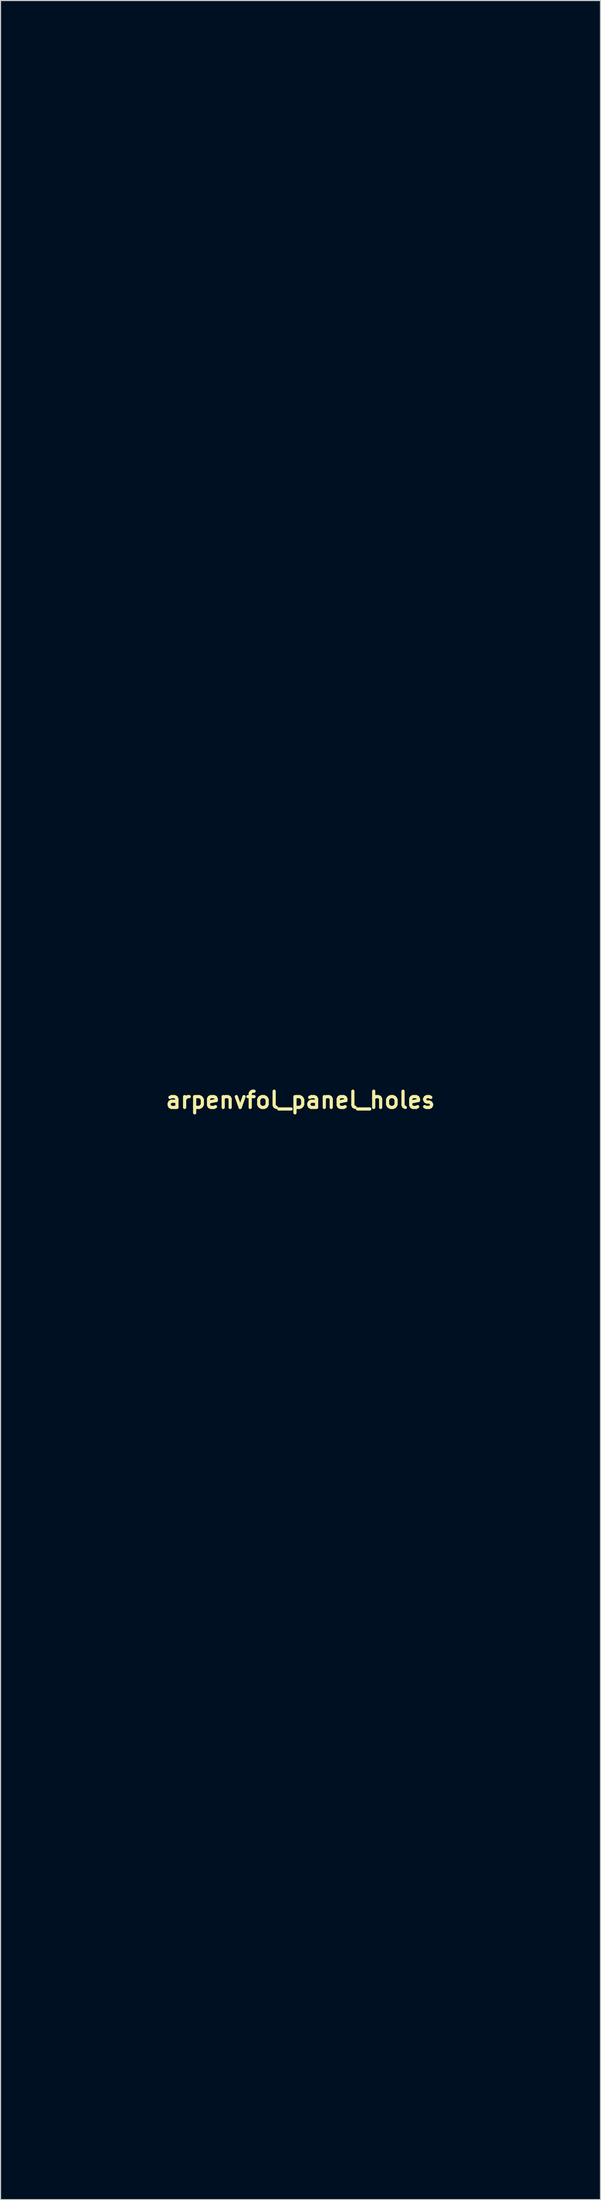
<source format=kicad_pcb>
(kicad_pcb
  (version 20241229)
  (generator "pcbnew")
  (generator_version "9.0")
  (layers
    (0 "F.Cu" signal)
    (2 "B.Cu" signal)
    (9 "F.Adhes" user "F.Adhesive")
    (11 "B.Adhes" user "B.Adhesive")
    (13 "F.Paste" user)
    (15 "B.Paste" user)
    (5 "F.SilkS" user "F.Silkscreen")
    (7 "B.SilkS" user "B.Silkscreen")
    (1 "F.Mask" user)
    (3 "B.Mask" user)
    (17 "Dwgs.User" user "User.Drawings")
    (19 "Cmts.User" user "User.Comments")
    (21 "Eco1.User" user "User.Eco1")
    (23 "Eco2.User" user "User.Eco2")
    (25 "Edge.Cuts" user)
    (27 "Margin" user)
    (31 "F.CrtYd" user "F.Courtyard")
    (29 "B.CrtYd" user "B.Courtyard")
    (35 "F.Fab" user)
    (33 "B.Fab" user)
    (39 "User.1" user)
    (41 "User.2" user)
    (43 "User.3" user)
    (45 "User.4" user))
  (footprint "arpenvfol_panel_holes"
    (layer "F.Cu")
    (at 25.196 100.277)
    (property "Reference" "arpenvfol_panel_holes" (at 0 0 0) (layer "F.SilkS") (effects (font (size 1.524 1.524) (thickness 0.3))))
    (attr board_only exclude_from_pos_files exclude_from_bom)
    (fp_poly (pts (xy 25.171 100.227) (xy -25.146 100.227) (xy -25.146 99.947) (xy -24.866 99.947) (xy 24.891 99.947) (xy 24.891 -99.947) (xy -24.866 -99.947) (xy -24.866 99.947) (xy -25.146 99.947) (xy -25.146 -100.227) (xy 25.171 -100.227)) (stroke (width 0.1) (type solid)) (fill no) (layer "Eco1.User"))
    (fp_poly (pts (xy -18.72 95.556) (xy -18.467 95.667) (xy -18.235 95.818) (xy -18.031 96.004) (xy -17.86 96.218) (xy -17.73 96.454) (xy -17.669 96.615) (xy -17.611 96.886) (xy -17.6 97.157) (xy -17.635 97.421) (xy -17.713 97.675) (xy -17.832 97.912) (xy -17.988 98.128) (xy -18.18 98.319) (xy -18.405 98.478) (xy -18.659 98.602) (xy -18.706 98.619) (xy -18.904 98.689) (xy -20.556 98.694) (xy -20.888 98.695) (xy -21.174 98.696) (xy -21.416 98.696) (xy -21.62 98.696) (xy -21.789 98.695) (xy -21.928 98.693) (xy -22.041 98.691) (xy -22.131 98.687) (xy -22.203 98.682) (xy -22.261 98.677) (xy -22.309 98.67) (xy -22.351 98.662) (xy -22.391 98.652) (xy -22.4 98.65) (xy -22.604 98.585) (xy -22.78 98.503) (xy -22.942 98.394) (xy -23.106 98.25) (xy -23.137 98.219) (xy -23.291 98.049) (xy -23.407 97.883) (xy -23.495 97.702) (xy -23.563 97.491) (xy -23.571 97.461) (xy -23.615 97.192) (xy -23.611 96.926) (xy -23.562 96.668) (xy -23.47 96.422) (xy -23.339 96.194) (xy -23.171 95.988) (xy -22.97 95.809) (xy -22.737 95.663) (xy -22.477 95.553) (xy -22.451 95.544) (xy -22.26 95.485) (xy -18.929 95.485)) (stroke (width 0.1) (type solid)) (fill no) (layer "Eco1.User"))
    (fp_poly (pts (xy 21.262 -98.689) (xy 21.517 -98.688) (xy 21.734 -98.687) (xy 21.916 -98.684) (xy 22.067 -98.68) (xy 22.193 -98.675) (xy 22.297 -98.667) (xy 22.382 -98.657) (xy 22.454 -98.644) (xy 22.516 -98.629) (xy 22.572 -98.61) (xy 22.627 -98.587) (xy 22.684 -98.561) (xy 22.748 -98.531) (xy 22.756 -98.527) (xy 22.925 -98.426) (xy 23.096 -98.289) (xy 23.254 -98.129) (xy 23.388 -97.957) (xy 23.473 -97.812) (xy 23.579 -97.538) (xy 23.634 -97.261) (xy 23.639 -96.984) (xy 23.594 -96.708) (xy 23.498 -96.436) (xy 23.47 -96.375) (xy 23.324 -96.138) (xy 23.14 -95.929) (xy 22.921 -95.754) (xy 22.672 -95.616) (xy 22.518 -95.556) (xy 22.311 -95.486) (xy 20.722 -95.482) (xy 20.438 -95.481) (xy 20.166 -95.481) (xy 19.912 -95.482) (xy 19.679 -95.484) (xy 19.472 -95.485) (xy 19.296 -95.488) (xy 19.157 -95.49) (xy 19.058 -95.493) (xy 19.005 -95.497) (xy 19.002 -95.497) (xy 18.731 -95.564) (xy 18.475 -95.676) (xy 18.242 -95.83) (xy 18.037 -96.022) (xy 17.866 -96.248) (xy 17.853 -96.271) (xy 17.731 -96.518) (xy 17.655 -96.774) (xy 17.626 -97.034) (xy 17.639 -97.292) (xy 17.694 -97.545) (xy 17.788 -97.785) (xy 17.92 -98.009) (xy 18.087 -98.211) (xy 18.288 -98.387) (xy 18.522 -98.53) (xy 18.726 -98.617) (xy 18.929 -98.689) (xy 20.62 -98.689) (xy 20.964 -98.689)) (stroke (width 0.1) (type solid)) (fill no) (layer "Eco1.User"))
    (fp_poly (pts (xy -19.563 -98.698) (xy -19.376 -98.695) (xy -19.219 -98.691) (xy -19.087 -98.684) (xy -18.978 -98.675) (xy -18.885 -98.663) (xy -18.807 -98.648) (xy -18.737 -98.63) (xy -18.672 -98.607) (xy -18.609 -98.581) (xy -18.542 -98.55) (xy -18.483 -98.521) (xy -18.358 -98.454) (xy -18.249 -98.38) (xy -18.139 -98.284) (xy -18.077 -98.224) (xy -17.892 -98.004) (xy -17.752 -97.766) (xy -17.657 -97.513) (xy -17.607 -97.252) (xy -17.603 -96.986) (xy -17.644 -96.722) (xy -17.731 -96.463) (xy -17.863 -96.215) (xy -18.021 -96.007) (xy -18.154 -95.879) (xy -18.321 -95.756) (xy -18.507 -95.648) (xy -18.693 -95.566) (xy -18.72 -95.556) (xy -18.929 -95.486) (xy -20.518 -95.482) (xy -20.802 -95.481) (xy -21.074 -95.481) (xy -21.328 -95.482) (xy -21.561 -95.484) (xy -21.768 -95.485) (xy -21.944 -95.488) (xy -22.083 -95.49) (xy -22.182 -95.493) (xy -22.235 -95.497) (xy -22.237 -95.497) (xy -22.506 -95.562) (xy -22.759 -95.672) (xy -22.989 -95.821) (xy -23.191 -96.005) (xy -23.357 -96.219) (xy -23.44 -96.365) (xy -23.545 -96.633) (xy -23.603 -96.903) (xy -23.613 -97.172) (xy -23.58 -97.434) (xy -23.503 -97.685) (xy -23.386 -97.92) (xy -23.23 -98.135) (xy -23.038 -98.325) (xy -22.81 -98.485) (xy -22.549 -98.611) (xy -22.502 -98.629) (xy -22.336 -98.688) (xy -20.696 -98.696) (xy -20.347 -98.697) (xy -20.045 -98.699) (xy -19.785 -98.699)) (stroke (width 0.1) (type solid)) (fill no) (layer "Eco1.User"))
    (fp_poly (pts (xy 22.476 95.544) (xy 22.732 95.645) (xy 22.957 95.778) (xy 23.163 95.953) (xy 23.179 95.969) (xy 23.358 96.185) (xy 23.496 96.424) (xy 23.589 96.681) (xy 23.636 96.95) (xy 23.636 97.224) (xy 23.595 97.471) (xy 23.532 97.676) (xy 23.453 97.851) (xy 23.347 98.012) (xy 23.207 98.174) (xy 23.163 98.219) (xy 22.998 98.37) (xy 22.837 98.484) (xy 22.665 98.57) (xy 22.464 98.637) (xy 22.411 98.651) (xy 22.368 98.661) (xy 22.325 98.67) (xy 22.276 98.678) (xy 22.219 98.684) (xy 22.147 98.689) (xy 22.058 98.693) (xy 21.947 98.696) (xy 21.81 98.698) (xy 21.643 98.699) (xy 21.441 98.7) (xy 21.201 98.7) (xy 20.917 98.7) (xy 20.622 98.7) (xy 20.296 98.7) (xy 20.016 98.699) (xy 19.779 98.698) (xy 19.581 98.697) (xy 19.416 98.695) (xy 19.282 98.693) (xy 19.173 98.689) (xy 19.086 98.685) (xy 19.017 98.68) (xy 18.961 98.674) (xy 18.914 98.666) (xy 18.873 98.657) (xy 18.846 98.65) (xy 18.572 98.554) (xy 18.326 98.416) (xy 18.111 98.239) (xy 17.93 98.027) (xy 17.798 97.805) (xy 17.695 97.551) (xy 17.638 97.299) (xy 17.626 97.039) (xy 17.628 96.994) (xy 17.67 96.718) (xy 17.757 96.457) (xy 17.887 96.217) (xy 18.056 96.001) (xy 18.259 95.816) (xy 18.495 95.664) (xy 18.746 95.556) (xy 18.955 95.485) (xy 22.285 95.485)) (stroke (width 0.1) (type solid)) (fill no) (layer "Eco1.User"))
    (fp_poly (pts (xy -11.822 70.109) (xy -11.338 70.2) (xy -10.866 70.337) (xy -10.411 70.519) (xy -9.976 70.744) (xy -9.564 71.011) (xy -9.179 71.32) (xy -8.859 71.631) (xy -8.527 72.019) (xy -8.24 72.432) (xy -7.998 72.868) (xy -7.801 73.328) (xy -7.651 73.808) (xy -7.546 74.31) (xy -7.539 74.358) (xy -7.516 74.559) (xy -7.503 74.794) (xy -7.497 75.047) (xy -7.501 75.301) (xy -7.513 75.541) (xy -7.534 75.751) (xy -7.538 75.78) (xy -7.636 76.277) (xy -7.781 76.756) (xy -7.971 77.215) (xy -8.205 77.65) (xy -8.48 78.06) (xy -8.796 78.443) (xy -9.151 78.794) (xy -9.542 79.112) (xy -9.789 79.283) (xy -10.208 79.526) (xy -10.653 79.727) (xy -11.117 79.884) (xy -11.594 79.997) (xy -12.079 80.064) (xy -12.566 80.084) (xy -12.967 80.063) (xy -13.462 79.99) (xy -13.942 79.871) (xy -14.405 79.706) (xy -14.846 79.498) (xy -15.264 79.249) (xy -15.656 78.961) (xy -16.019 78.636) (xy -16.349 78.276) (xy -16.645 77.883) (xy -16.903 77.46) (xy -17.105 77.045) (xy -17.279 76.578) (xy -17.404 76.104) (xy -17.481 75.624) (xy -17.507 75.208) (xy -15.001 75.208) (xy -12.636 75.208) (xy -12.636 77.573) (xy -12.382 77.573) (xy -12.382 75.208) (xy -10.018 75.208) (xy -10.018 74.955) (xy -11.194 74.948) (xy -12.369 74.941) (xy -12.376 73.751) (xy -12.383 72.561) (xy -12.624 72.577) (xy -12.637 74.954) (xy -15.001 74.954) (xy -15.001 75.208) (xy -17.507 75.208) (xy -17.511 75.143) (xy -17.495 74.665) (xy -17.433 74.191) (xy -17.326 73.725) (xy -17.175 73.271) (xy -16.981 72.832) (xy -16.744 72.411) (xy -16.466 72.011) (xy -16.147 71.636) (xy -15.787 71.289) (xy -15.689 71.205) (xy -15.297 70.912) (xy -14.876 70.659) (xy -14.432 70.448) (xy -13.967 70.282) (xy -13.487 70.161) (xy -12.995 70.088) (xy -12.814 70.073) (xy -12.315 70.067)) (stroke (width 0.1) (type solid)) (fill no) (layer "Eco1.User"))
    (fp_poly (pts (xy 12.855 20.024) (xy 13.328 20.078) (xy 13.792 20.176) (xy 14.243 20.317) (xy 14.678 20.5) (xy 15.094 20.723) (xy 15.489 20.984) (xy 15.859 21.284) (xy 16.202 21.62) (xy 16.514 21.992) (xy 16.792 22.397) (xy 17.034 22.835) (xy 17.075 22.921) (xy 17.261 23.377) (xy 17.398 23.845) (xy 17.488 24.321) (xy 17.532 24.801) (xy 17.528 25.283) (xy 17.479 25.762) (xy 17.385 26.235) (xy 17.245 26.698) (xy 17.061 27.147) (xy 16.833 27.579) (xy 16.562 27.99) (xy 16.37 28.235) (xy 16.029 28.604) (xy 15.657 28.935) (xy 15.255 29.225) (xy 14.827 29.474) (xy 14.375 29.68) (xy 13.903 29.841) (xy 13.414 29.956) (xy 13.12 30.001) (xy 12.972 30.014) (xy 12.787 30.021) (xy 12.58 30.024) (xy 12.366 30.022) (xy 12.16 30.015) (xy 11.974 30.003) (xy 11.825 29.987) (xy 11.823 29.987) (xy 11.331 29.89) (xy 10.856 29.748) (xy 10.402 29.561) (xy 9.971 29.333) (xy 9.566 29.065) (xy 9.19 28.76) (xy 8.844 28.42) (xy 8.532 28.047) (xy 8.257 27.644) (xy 8.021 27.212) (xy 7.826 26.755) (xy 7.769 26.591) (xy 7.637 26.11) (xy 7.553 25.621) (xy 7.519 25.146) (xy 10.043 25.146) (xy 12.408 25.146) (xy 12.408 27.51) (xy 12.662 27.51) (xy 12.662 25.146) (xy 15.026 25.146) (xy 15.026 24.891) (xy 12.662 24.891) (xy 12.662 22.527) (xy 12.408 22.527) (xy 12.408 24.891) (xy 10.043 24.891) (xy 10.043 25.146) (xy 7.519 25.146) (xy 7.518 25.127) (xy 7.531 24.634) (xy 7.591 24.146) (xy 7.701 23.666) (xy 7.823 23.29) (xy 8.02 22.833) (xy 8.259 22.401) (xy 8.537 21.996) (xy 8.853 21.62) (xy 9.203 21.277) (xy 9.584 20.97) (xy 9.993 20.701) (xy 10.427 20.474) (xy 10.883 20.29) (xy 10.924 20.276) (xy 11.406 20.141) (xy 11.891 20.054) (xy 12.375 20.016)) (stroke (width 0.1) (type solid)) (fill no) (layer "Eco1.User"))
    (fp_poly (pts (xy -12.024 20.035) (xy -11.54 20.106) (xy -11.064 20.224) (xy -10.601 20.388) (xy -10.31 20.518) (xy -9.869 20.761) (xy -9.459 21.043) (xy -9.081 21.362) (xy -8.739 21.714) (xy -8.434 22.097) (xy -8.168 22.509) (xy -7.942 22.947) (xy -7.759 23.408) (xy -7.621 23.89) (xy -7.539 24.319) (xy -7.517 24.513) (xy -7.503 24.74) (xy -7.498 24.984) (xy -7.5 25.23) (xy -7.51 25.462) (xy -7.528 25.665) (xy -7.537 25.727) (xy -7.636 26.226) (xy -7.781 26.704) (xy -7.969 27.16) (xy -8.197 27.59) (xy -8.464 27.993) (xy -8.766 28.367) (xy -9.103 28.709) (xy -9.472 29.017) (xy -9.87 29.289) (xy -10.295 29.522) (xy -10.745 29.716) (xy -11.219 29.866) (xy -11.712 29.972) (xy -11.823 29.989) (xy -12.024 30.009) (xy -12.259 30.021) (xy -12.512 30.024) (xy -12.767 30.019) (xy -13.007 30.005) (xy -13.217 29.982) (xy -13.247 29.978) (xy -13.745 29.876) (xy -14.223 29.727) (xy -14.68 29.535) (xy -15.112 29.3) (xy -15.518 29.024) (xy -15.894 28.71) (xy -16.239 28.358) (xy -16.55 27.97) (xy -16.825 27.549) (xy -16.983 27.256) (xy -17.184 26.801) (xy -17.336 26.334) (xy -17.441 25.859) (xy -17.499 25.381) (xy -17.504 25.146) (xy -15.001 25.146) (xy -12.636 25.146) (xy -12.636 27.51) (xy -12.382 27.51) (xy -12.382 25.146) (xy -10.018 25.146) (xy -10.018 24.891) (xy -12.382 24.891) (xy -12.382 22.527) (xy -12.636 22.527) (xy -12.636 24.891) (xy -15.001 24.891) (xy -15.001 25.146) (xy -17.504 25.146) (xy -17.51 24.901) (xy -17.475 24.423) (xy -17.395 23.951) (xy -17.27 23.489) (xy -17.101 23.039) (xy -16.888 22.605) (xy -16.632 22.19) (xy -16.333 21.798) (xy -16.044 21.484) (xy -15.67 21.145) (xy -15.267 20.848) (xy -14.839 20.594) (xy -14.388 20.383) (xy -13.916 20.218) (xy -13.428 20.1) (xy -12.992 20.036) (xy -12.511 20.011)) (stroke (width 0.1) (type solid)) (fill no) (layer "Eco1.User"))
    (fp_poly (pts (xy 0.196 -31.514) (xy 0.338 -31.512) (xy 0.45 -31.508) (xy 0.542 -31.501) (xy 0.624 -31.489) (xy 0.705 -31.473) (xy 0.797 -31.451) (xy 0.815 -31.446) (xy 1.162 -31.344) (xy 1.476 -31.218) (xy 1.772 -31.063) (xy 1.945 -30.955) (xy 2.281 -30.702) (xy 2.58 -30.417) (xy 2.841 -30.103) (xy 3.061 -29.764) (xy 3.241 -29.403) (xy 3.377 -29.024) (xy 3.469 -28.63) (xy 3.516 -28.226) (xy 3.515 -27.815) (xy 3.465 -27.401) (xy 3.428 -27.218) (xy 3.31 -26.822) (xy 3.147 -26.447) (xy 2.943 -26.095) (xy 2.699 -25.769) (xy 2.42 -25.474) (xy 2.108 -25.213) (xy 1.766 -24.987) (xy 1.397 -24.802) (xy 1.096 -24.689) (xy 0.764 -24.601) (xy 0.412 -24.544) (xy 0.056 -24.519) (xy -0.29 -24.528) (xy -0.465 -24.547) (xy -0.874 -24.631) (xy -1.265 -24.759) (xy -1.634 -24.93) (xy -1.98 -25.141) (xy -2.298 -25.388) (xy -2.585 -25.669) (xy -2.839 -25.981) (xy -3.055 -26.321) (xy -3.232 -26.687) (xy -3.366 -27.075) (xy -3.402 -27.218) (xy -3.474 -27.633) (xy -3.488 -27.892) (xy -2.492 -27.892) (xy -0.102 -27.892) (xy -0.102 -25.527) (xy 0.127 -25.527) (xy 0.127 -27.892) (xy 2.517 -27.892) (xy 2.517 -28.145) (xy 1.328 -28.152) (xy 0.14 -28.159) (xy 0.127 -30.511) (xy -0.101 -30.511) (xy -0.114 -28.159) (xy -1.303 -28.152) (xy -2.492 -28.145) (xy -2.492 -27.892) (xy -3.488 -27.892) (xy -3.496 -28.046) (xy -3.471 -28.454) (xy -3.399 -28.853) (xy -3.281 -29.238) (xy -3.121 -29.608) (xy -2.918 -29.957) (xy -2.675 -30.283) (xy -2.392 -30.581) (xy -2.071 -30.848) (xy -1.92 -30.955) (xy -1.668 -31.108) (xy -1.415 -31.234) (xy -1.144 -31.34) (xy -0.84 -31.432) (xy -0.801 -31.442) (xy -0.704 -31.467) (xy -0.621 -31.485) (xy -0.542 -31.498) (xy -0.457 -31.506) (xy -0.356 -31.511) (xy -0.228 -31.514) (xy -0.064 -31.515) (xy 0.013 -31.515)) (stroke (width 0.1) (type solid)) (fill no) (layer "Eco1.User"))
    (fp_poly (pts (xy 12.802 70.071) (xy 13.297 70.122) (xy 13.768 70.217) (xy 14.225 70.356) (xy 14.668 70.542) (xy 15.094 70.772) (xy 15.498 71.042) (xy 15.875 71.35) (xy 16.222 71.692) (xy 16.534 72.066) (xy 16.807 72.466) (xy 17.044 72.903) (xy 17.235 73.357) (xy 17.379 73.826) (xy 17.477 74.305) (xy 17.527 74.792) (xy 17.53 75.281) (xy 17.486 75.77) (xy 17.394 76.254) (xy 17.254 76.73) (xy 17.138 77.029) (xy 16.923 77.473) (xy 16.667 77.89) (xy 16.372 78.278) (xy 16.041 78.636) (xy 15.679 78.96) (xy 15.287 79.248) (xy 14.87 79.497) (xy 14.43 79.706) (xy 13.97 79.871) (xy 13.494 79.99) (xy 13.285 80.026) (xy 13.105 80.048) (xy 12.893 80.064) (xy 12.667 80.074) (xy 12.44 80.078) (xy 12.23 80.075) (xy 12.052 80.065) (xy 12.029 80.062) (xy 11.544 79.987) (xy 11.068 79.864) (xy 10.605 79.695) (xy 10.16 79.483) (xy 9.738 79.229) (xy 9.343 78.937) (xy 8.982 78.608) (xy 8.936 78.561) (xy 8.679 78.279) (xy 8.459 78) (xy 8.264 77.708) (xy 8.084 77.388) (xy 8.064 77.349) (xy 7.863 76.909) (xy 7.709 76.464) (xy 7.603 76.006) (xy 7.541 75.532) (xy 7.528 75.208) (xy 10.043 75.208) (xy 12.408 75.208) (xy 12.408 77.573) (xy 12.662 77.573) (xy 12.662 75.208) (xy 15.026 75.208) (xy 15.026 74.954) (xy 12.662 74.954) (xy 12.649 72.577) (xy 12.529 72.569) (xy 12.408 72.561) (xy 12.402 73.751) (xy 12.395 74.941) (xy 11.219 74.948) (xy 10.043 74.955) (xy 10.043 75.208) (xy 7.528 75.208) (xy 7.522 75.069) (xy 7.543 74.581) (xy 7.606 74.118) (xy 7.711 73.673) (xy 7.857 73.249) (xy 8.067 72.788) (xy 8.315 72.358) (xy 8.599 71.96) (xy 8.917 71.596) (xy 9.264 71.267) (xy 9.64 70.975) (xy 10.04 70.72) (xy 10.461 70.505) (xy 10.902 70.331) (xy 11.36 70.199) (xy 11.831 70.111) (xy 12.312 70.068)) (stroke (width 0.1) (type solid)) (fill no) (layer "Eco1.User"))
    (fp_poly (pts (xy -12.109 45.052) (xy -11.638 45.113) (xy -11.171 45.218) (xy -10.713 45.369) (xy -10.265 45.566) (xy -9.832 45.808) (xy -9.42 46.093) (xy -9.124 46.344) (xy -8.835 46.635) (xy -8.563 46.956) (xy -8.316 47.296) (xy -8.103 47.645) (xy -8.021 47.8) (xy -7.825 48.239) (xy -7.676 48.682) (xy -7.573 49.135) (xy -7.514 49.605) (xy -7.497 50.05) (xy -7.521 50.563) (xy -7.594 51.059) (xy -7.713 51.538) (xy -7.88 51.999) (xy -8.094 52.44) (xy -8.354 52.861) (xy -8.66 53.259) (xy -8.961 53.586) (xy -9.338 53.928) (xy -9.74 54.226) (xy -10.166 54.481) (xy -10.612 54.69) (xy -11.076 54.853) (xy -11.556 54.969) (xy -12.049 55.037) (xy -12.553 55.056) (xy -12.853 55.045) (xy -13.352 54.985) (xy -13.837 54.878) (xy -14.306 54.723) (xy -14.756 54.522) (xy -15.186 54.275) (xy -15.592 53.985) (xy -15.972 53.653) (xy -16.108 53.516) (xy -16.426 53.157) (xy -16.698 52.786) (xy -16.928 52.396) (xy -17.123 51.978) (xy -17.253 51.626) (xy -17.388 51.142) (xy -17.474 50.654) (xy -17.51 50.165) (xy -17.51 50.164) (xy -15.001 50.164) (xy -12.636 50.164) (xy -12.636 51.342) (xy -12.636 51.582) (xy -12.635 51.807) (xy -12.633 52.01) (xy -12.631 52.188) (xy -12.629 52.335) (xy -12.626 52.445) (xy -12.623 52.514) (xy -12.619 52.537) (xy -12.586 52.548) (xy -12.521 52.554) (xy -12.493 52.554) (xy -12.383 52.554) (xy -12.376 51.366) (xy -12.369 50.177) (xy -11.194 50.17) (xy -10.018 50.164) (xy -10.018 49.91) (xy -12.382 49.91) (xy -12.382 47.546) (xy -12.636 47.546) (xy -12.636 49.91) (xy -15.001 49.91) (xy -15.001 50.164) (xy -17.51 50.164) (xy -17.499 49.678) (xy -17.44 49.197) (xy -17.335 48.724) (xy -17.184 48.264) (xy -16.988 47.819) (xy -16.747 47.392) (xy -16.464 46.987) (xy -16.137 46.606) (xy -16.04 46.507) (xy -15.669 46.17) (xy -15.273 45.876) (xy -14.858 45.626) (xy -14.425 45.42) (xy -13.977 45.258) (xy -13.519 45.14) (xy -13.053 45.066) (xy -12.581 45.037)) (stroke (width 0.1) (type solid)) (fill no) (layer "Eco1.User"))
    (fp_poly (pts (xy 13.121 45.072) (xy 13.592 45.152) (xy 14.054 45.277) (xy 14.503 45.446) (xy 14.937 45.658) (xy 15.351 45.913) (xy 15.743 46.211) (xy 16.065 46.506) (xy 16.401 46.877) (xy 16.694 47.272) (xy 16.944 47.688) (xy 17.15 48.121) (xy 17.313 48.569) (xy 17.431 49.029) (xy 17.506 49.496) (xy 17.536 49.967) (xy 17.521 50.441) (xy 17.462 50.912) (xy 17.357 51.377) (xy 17.208 51.835) (xy 17.012 52.28) (xy 16.771 52.711) (xy 16.533 53.059) (xy 16.42 53.2) (xy 16.279 53.359) (xy 16.122 53.526) (xy 15.961 53.688) (xy 15.806 53.832) (xy 15.687 53.934) (xy 15.278 54.233) (xy 14.845 54.488) (xy 14.392 54.696) (xy 13.922 54.858) (xy 13.437 54.972) (xy 12.94 55.038) (xy 12.432 55.056) (xy 12.153 55.044) (xy 11.677 54.987) (xy 11.204 54.881) (xy 10.74 54.727) (xy 10.29 54.529) (xy 9.857 54.287) (xy 9.478 54.026) (xy 9.332 53.907) (xy 9.168 53.759) (xy 8.996 53.594) (xy 8.83 53.422) (xy 8.679 53.256) (xy 8.557 53.108) (xy 8.546 53.094) (xy 8.256 52.67) (xy 8.013 52.227) (xy 7.818 51.764) (xy 7.669 51.283) (xy 7.567 50.781) (xy 7.564 50.761) (xy 7.542 50.558) (xy 7.528 50.322) (xy 7.524 50.164) (xy 10.043 50.164) (xy 11.219 50.17) (xy 12.395 50.177) (xy 12.402 51.367) (xy 12.408 52.557) (xy 12.529 52.549) (xy 12.649 52.542) (xy 12.656 51.353) (xy 12.662 50.164) (xy 15.026 50.164) (xy 15.026 49.91) (xy 12.662 49.91) (xy 12.662 47.546) (xy 12.408 47.546) (xy 12.408 49.91) (xy 10.043 49.91) (xy 10.043 50.164) (xy 7.524 50.164) (xy 7.522 50.068) (xy 7.526 49.813) (xy 7.538 49.573) (xy 7.56 49.363) (xy 7.563 49.338) (xy 7.662 48.84) (xy 7.807 48.362) (xy 7.996 47.904) (xy 8.228 47.47) (xy 8.502 47.062) (xy 8.814 46.683) (xy 9.164 46.335) (xy 9.55 46.021) (xy 9.969 45.742) (xy 10.299 45.562) (xy 10.752 45.362) (xy 11.216 45.21) (xy 11.689 45.106) (xy 12.166 45.049) (xy 12.645 45.038)) (stroke (width 0.1) (type solid)) (fill no) (layer "Eco1.User")))
  (gr_rect
    (start -3 -3)
    (end 53.417 203.554)
    (stroke (width 0.1) (type default))
    (fill no)
    (layer "Edge.Cuts")))
</source>
